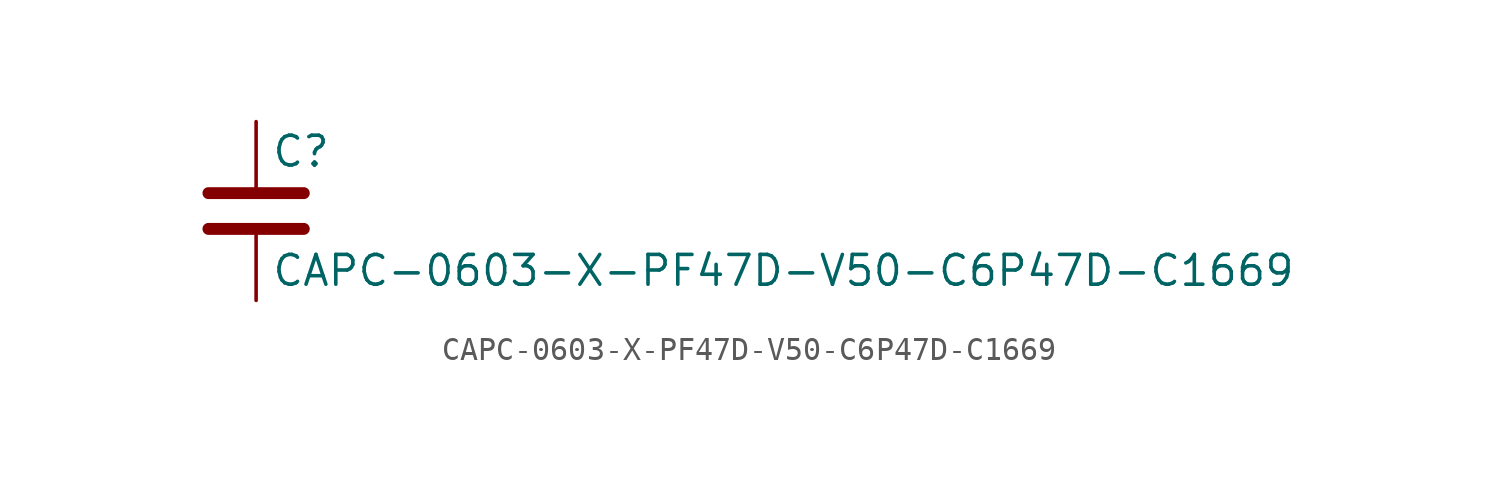
<source format=kicad_sym>
(kicad_symbol_lib
  (version 20211014)
  (generator kicad_symbol_editor)
  (symbol "CAPC-0603-X-PF47D-V50-C6P47D-C1669"
    (pin_numbers hide)
    (pin_names
      (offset 0.254))
    (property "Reference" "C"
      (at 0.635 2.54 0)
      (effects (font (size 1.27 1.27)) (justify left)))
    (property "Value" "CAPC-0603-X-PF47D-V50-C6P47D-C1669"
      (at 0.635 -2.54 0)
      (effects (font (size 1.27 1.27)) (justify left)))
    (symbol "CAPC-0603-X-PF47D-V50-C6P47D-C1669_0_1"
      (polyline (pts (xy -2.032 -0.762) (xy 2.032 -0.762)) (stroke (width 0.508) (type default) (color 0 0 0 0)) (fill (type none)))
      (polyline (pts (xy -2.032 0.762) (xy 2.032 0.762)) (stroke (width 0.508) (type default) (color 0 0 0 0)) (fill (type none))))
    (symbol "CAPC-0603-X-PF47D-V50-C6P47D-C1669_1_1"
      (pin passive line (at 0 3.81 270) (length 2.794) (name "~" (effects (font (size 1.27 1.27)))) (number "1" (effects (font (size 1.27 1.27)))))
      (pin passive line (at 0 -3.81 90) (length 2.794) (name "~" (effects (font (size 1.27 1.27)))) (number "2" (effects (font (size 1.27 1.27))))))))
</source>
